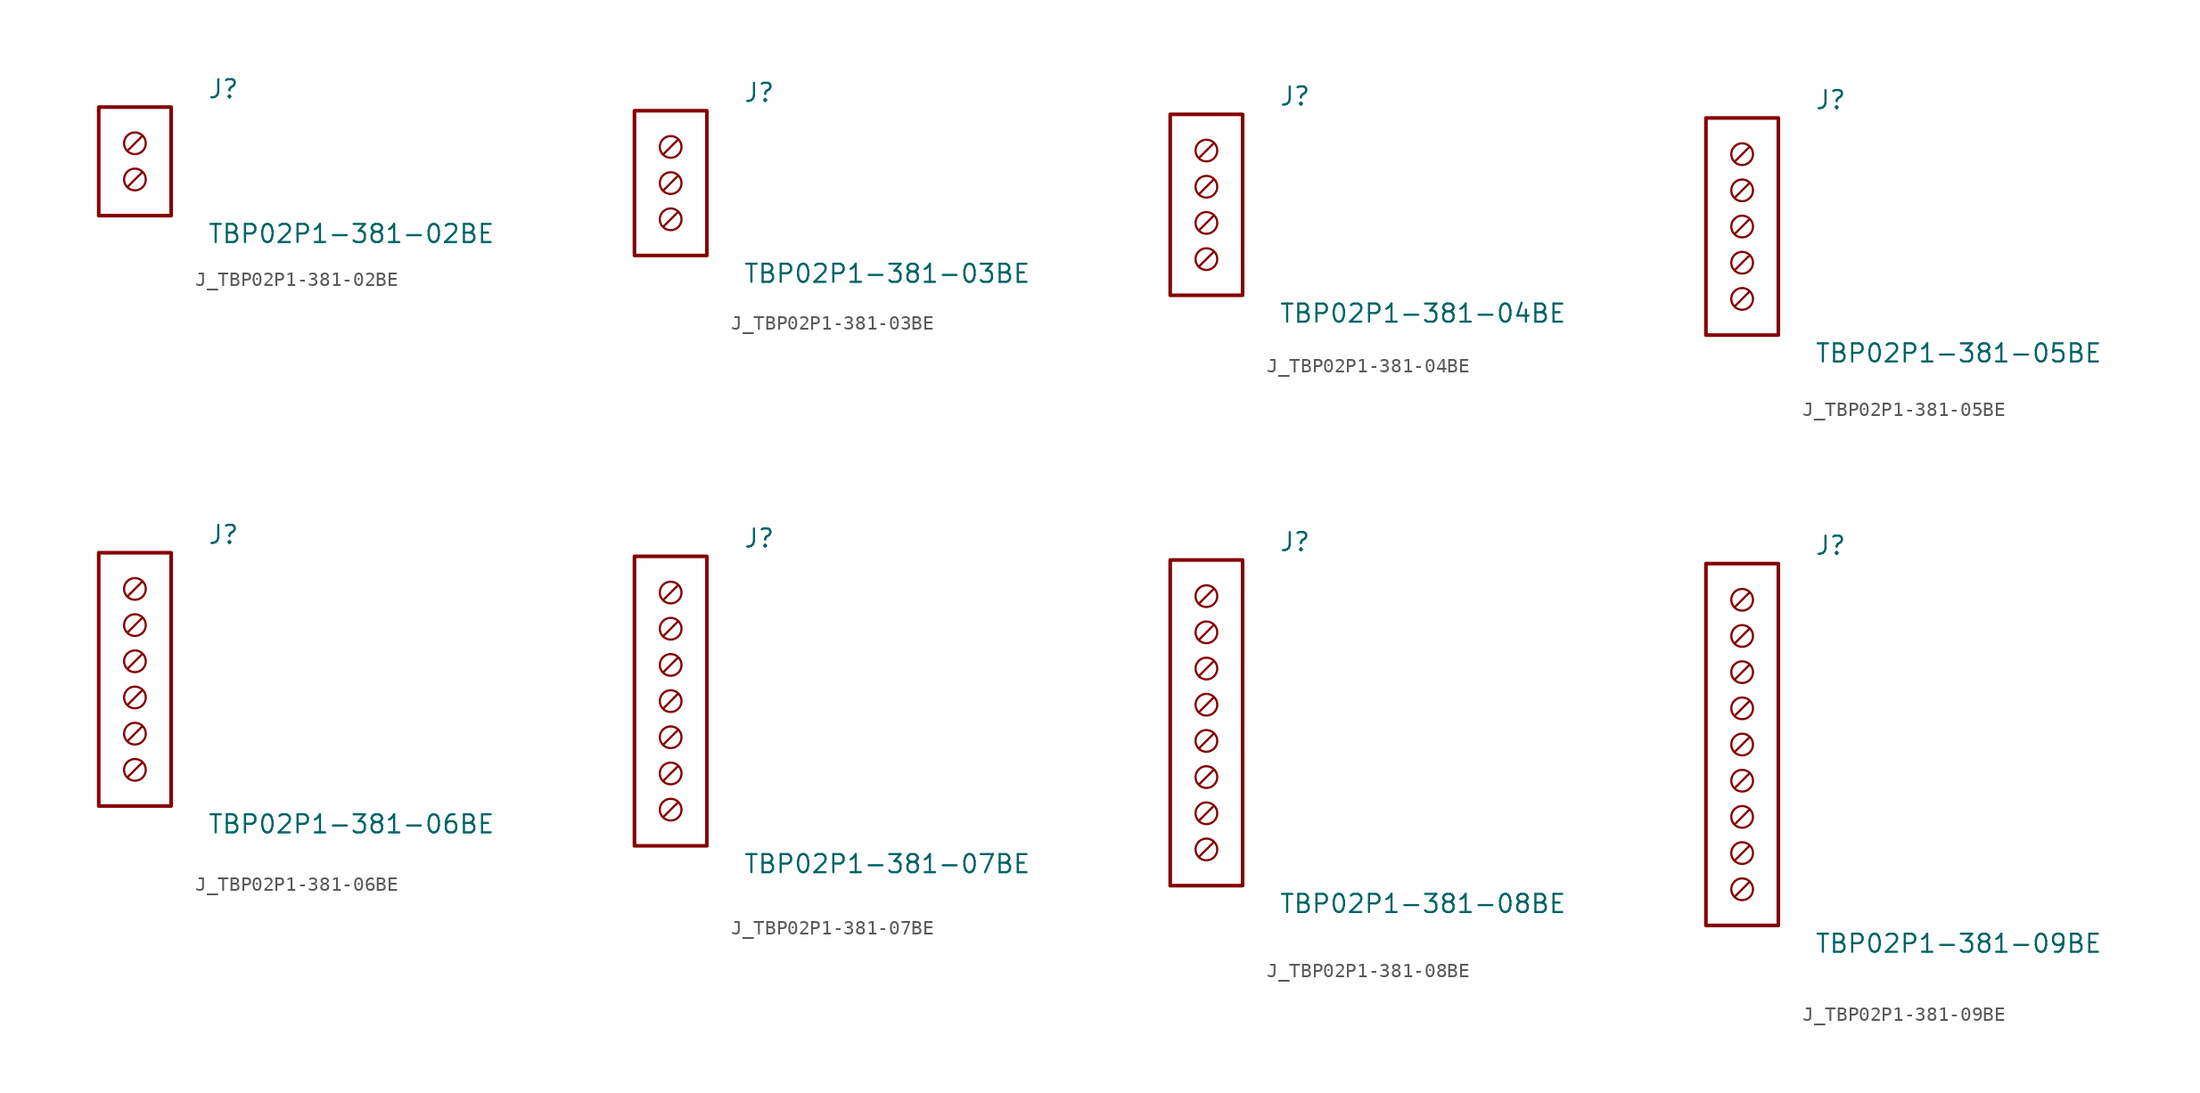
<source format=kicad_sym>
(kicad_symbol_lib
  (version 20231120)
  (generator kicad_symbol_editor)
  (generator_version 8.0)
  (symbol "J_TBP02P1-381-02BE"
    (pin_names
      (offset 0.254))
    (property "Reference" "J"
      (at 5.08 5.08 0)
      (effects (font (size 1.27 1.27)) (justify left)))
    (property "Value" "TBP02P1-381-02BE"
      (at 5.08 -5.08 0)
      (effects (font (size 1.27 1.27)) (justify left)))
    (symbol "J_TBP02P1-381-02BE_0_0"
      (circle (center 0 1.27) (radius 0.762) (stroke (width 0) (type default)) (fill (type none)))
      (polyline (pts (xy 0.508 1.778) (xy -0.508 0.762)) (stroke (width 0) (type default)) (fill (type none)))
      (circle (center 0 -1.27) (radius 0.762) (stroke (width 0) (type default)) (fill (type none)))
      (polyline (pts (xy 0.508 -0.762) (xy -0.508 -1.778)) (stroke (width 0) (type default)) (fill (type none))))
    (symbol "J_TBP02P1-381-02BE_1_0"
      (rectangle (start -2.54 3.81) (end 2.54 -3.81) (stroke (width 0.254) (type solid)) (fill (type none)))))
  (symbol "J_TBP02P1-381-03BE"
    (pin_names
      (offset 0.254))
    (property "Reference" "J"
      (at 5.08 6.35 0)
      (effects (font (size 1.27 1.27)) (justify left)))
    (property "Value" "TBP02P1-381-03BE"
      (at 5.08 -6.35 0)
      (effects (font (size 1.27 1.27)) (justify left)))
    (symbol "J_TBP02P1-381-03BE_0_0"
      (circle (center 0 2.54) (radius 0.762) (stroke (width 0) (type default)) (fill (type none)))
      (polyline (pts (xy 0.508 3.048) (xy -0.508 2.032)) (stroke (width 0) (type default)) (fill (type none)))
      (circle (center 0 0.0) (radius 0.762) (stroke (width 0) (type default)) (fill (type none)))
      (polyline (pts (xy 0.508 0.508) (xy -0.508 -0.508)) (stroke (width 0) (type default)) (fill (type none)))
      (circle (center 0 -2.54) (radius 0.762) (stroke (width 0) (type default)) (fill (type none)))
      (polyline (pts (xy 0.508 -2.032) (xy -0.508 -3.048)) (stroke (width 0) (type default)) (fill (type none))))
    (symbol "J_TBP02P1-381-03BE_1_0"
      (rectangle (start -2.54 5.08) (end 2.54 -5.08) (stroke (width 0.254) (type solid)) (fill (type none)))))
  (symbol "J_TBP02P1-381-04BE"
    (pin_names
      (offset 0.254))
    (property "Reference" "J"
      (at 5.08 7.62 0)
      (effects (font (size 1.27 1.27)) (justify left)))
    (property "Value" "TBP02P1-381-04BE"
      (at 5.08 -7.62 0)
      (effects (font (size 1.27 1.27)) (justify left)))
    (symbol "J_TBP02P1-381-04BE_0_0"
      (circle (center 0 3.81) (radius 0.762) (stroke (width 0) (type default)) (fill (type none)))
      (polyline (pts (xy 0.508 4.318) (xy -0.508 3.302)) (stroke (width 0) (type default)) (fill (type none)))
      (circle (center 0 1.27) (radius 0.762) (stroke (width 0) (type default)) (fill (type none)))
      (polyline (pts (xy 0.508 1.778) (xy -0.508 0.762)) (stroke (width 0) (type default)) (fill (type none)))
      (circle (center 0 -1.27) (radius 0.762) (stroke (width 0) (type default)) (fill (type none)))
      (polyline (pts (xy 0.508 -0.762) (xy -0.508 -1.778)) (stroke (width 0) (type default)) (fill (type none)))
      (circle (center 0 -3.81) (radius 0.762) (stroke (width 0) (type default)) (fill (type none)))
      (polyline (pts (xy 0.508 -3.302) (xy -0.508 -4.318)) (stroke (width 0) (type default)) (fill (type none))))
    (symbol "J_TBP02P1-381-04BE_1_0"
      (rectangle (start -2.54 6.35) (end 2.54 -6.35) (stroke (width 0.254) (type solid)) (fill (type none)))))
  (symbol "J_TBP02P1-381-05BE"
    (pin_names
      (offset 0.254))
    (property "Reference" "J"
      (at 5.08 8.89 0)
      (effects (font (size 1.27 1.27)) (justify left)))
    (property "Value" "TBP02P1-381-05BE"
      (at 5.08 -8.89 0)
      (effects (font (size 1.27 1.27)) (justify left)))
    (symbol "J_TBP02P1-381-05BE_0_0"
      (circle (center 0 5.08) (radius 0.762) (stroke (width 0) (type default)) (fill (type none)))
      (polyline (pts (xy 0.508 5.588) (xy -0.508 4.572)) (stroke (width 0) (type default)) (fill (type none)))
      (circle (center 0 2.54) (radius 0.762) (stroke (width 0) (type default)) (fill (type none)))
      (polyline (pts (xy 0.508 3.048) (xy -0.508 2.032)) (stroke (width 0) (type default)) (fill (type none)))
      (circle (center 0 0.0) (radius 0.762) (stroke (width 0) (type default)) (fill (type none)))
      (polyline (pts (xy 0.508 0.508) (xy -0.508 -0.508)) (stroke (width 0) (type default)) (fill (type none)))
      (circle (center 0 -2.54) (radius 0.762) (stroke (width 0) (type default)) (fill (type none)))
      (polyline (pts (xy 0.508 -2.032) (xy -0.508 -3.048)) (stroke (width 0) (type default)) (fill (type none)))
      (circle (center 0 -5.08) (radius 0.762) (stroke (width 0) (type default)) (fill (type none)))
      (polyline (pts (xy 0.508 -4.572) (xy -0.508 -5.588)) (stroke (width 0) (type default)) (fill (type none))))
    (symbol "J_TBP02P1-381-05BE_1_0"
      (rectangle (start -2.54 7.62) (end 2.54 -7.62) (stroke (width 0.254) (type solid)) (fill (type none)))))
  (symbol "J_TBP02P1-381-06BE"
    (pin_names
      (offset 0.254))
    (property "Reference" "J"
      (at 5.08 10.16 0)
      (effects (font (size 1.27 1.27)) (justify left)))
    (property "Value" "TBP02P1-381-06BE"
      (at 5.08 -10.16 0)
      (effects (font (size 1.27 1.27)) (justify left)))
    (symbol "J_TBP02P1-381-06BE_0_0"
      (circle (center 0 6.35) (radius 0.762) (stroke (width 0) (type default)) (fill (type none)))
      (polyline (pts (xy 0.508 6.858) (xy -0.508 5.842)) (stroke (width 0) (type default)) (fill (type none)))
      (circle (center 0 3.81) (radius 0.762) (stroke (width 0) (type default)) (fill (type none)))
      (polyline (pts (xy 0.508 4.318) (xy -0.508 3.302)) (stroke (width 0) (type default)) (fill (type none)))
      (circle (center 0 1.27) (radius 0.762) (stroke (width 0) (type default)) (fill (type none)))
      (polyline (pts (xy 0.508 1.778) (xy -0.508 0.762)) (stroke (width 0) (type default)) (fill (type none)))
      (circle (center 0 -1.27) (radius 0.762) (stroke (width 0) (type default)) (fill (type none)))
      (polyline (pts (xy 0.508 -0.762) (xy -0.508 -1.778)) (stroke (width 0) (type default)) (fill (type none)))
      (circle (center 0 -3.81) (radius 0.762) (stroke (width 0) (type default)) (fill (type none)))
      (polyline (pts (xy 0.508 -3.302) (xy -0.508 -4.318)) (stroke (width 0) (type default)) (fill (type none)))
      (circle (center 0 -6.35) (radius 0.762) (stroke (width 0) (type default)) (fill (type none)))
      (polyline (pts (xy 0.508 -5.842) (xy -0.508 -6.858)) (stroke (width 0) (type default)) (fill (type none))))
    (symbol "J_TBP02P1-381-06BE_1_0"
      (rectangle (start -2.54 8.89) (end 2.54 -8.89) (stroke (width 0.254) (type solid)) (fill (type none)))))
  (symbol "J_TBP02P1-381-07BE"
    (pin_names
      (offset 0.254))
    (property "Reference" "J"
      (at 5.08 11.43 0)
      (effects (font (size 1.27 1.27)) (justify left)))
    (property "Value" "TBP02P1-381-07BE"
      (at 5.08 -11.43 0)
      (effects (font (size 1.27 1.27)) (justify left)))
    (symbol "J_TBP02P1-381-07BE_0_0"
      (circle (center 0 7.62) (radius 0.762) (stroke (width 0) (type default)) (fill (type none)))
      (polyline (pts (xy 0.508 8.128) (xy -0.508 7.112)) (stroke (width 0) (type default)) (fill (type none)))
      (circle (center 0 5.08) (radius 0.762) (stroke (width 0) (type default)) (fill (type none)))
      (polyline (pts (xy 0.508 5.588) (xy -0.508 4.572)) (stroke (width 0) (type default)) (fill (type none)))
      (circle (center 0 2.54) (radius 0.762) (stroke (width 0) (type default)) (fill (type none)))
      (polyline (pts (xy 0.508 3.048) (xy -0.508 2.032)) (stroke (width 0) (type default)) (fill (type none)))
      (circle (center 0 0.0) (radius 0.762) (stroke (width 0) (type default)) (fill (type none)))
      (polyline (pts (xy 0.508 0.508) (xy -0.508 -0.508)) (stroke (width 0) (type default)) (fill (type none)))
      (circle (center 0 -2.54) (radius 0.762) (stroke (width 0) (type default)) (fill (type none)))
      (polyline (pts (xy 0.508 -2.032) (xy -0.508 -3.048)) (stroke (width 0) (type default)) (fill (type none)))
      (circle (center 0 -5.08) (radius 0.762) (stroke (width 0) (type default)) (fill (type none)))
      (polyline (pts (xy 0.508 -4.572) (xy -0.508 -5.588)) (stroke (width 0) (type default)) (fill (type none)))
      (circle (center 0 -7.62) (radius 0.762) (stroke (width 0) (type default)) (fill (type none)))
      (polyline (pts (xy 0.508 -7.112) (xy -0.508 -8.128)) (stroke (width 0) (type default)) (fill (type none))))
    (symbol "J_TBP02P1-381-07BE_1_0"
      (rectangle (start -2.54 10.16) (end 2.54 -10.16) (stroke (width 0.254) (type solid)) (fill (type none)))))
  (symbol "J_TBP02P1-381-08BE"
    (pin_names
      (offset 0.254))
    (property "Reference" "J"
      (at 5.08 12.7 0)
      (effects (font (size 1.27 1.27)) (justify left)))
    (property "Value" "TBP02P1-381-08BE"
      (at 5.08 -12.7 0)
      (effects (font (size 1.27 1.27)) (justify left)))
    (symbol "J_TBP02P1-381-08BE_0_0"
      (circle (center 0 8.89) (radius 0.762) (stroke (width 0) (type default)) (fill (type none)))
      (polyline (pts (xy 0.508 9.398) (xy -0.508 8.382)) (stroke (width 0) (type default)) (fill (type none)))
      (circle (center 0 6.35) (radius 0.762) (stroke (width 0) (type default)) (fill (type none)))
      (polyline (pts (xy 0.508 6.858) (xy -0.508 5.842)) (stroke (width 0) (type default)) (fill (type none)))
      (circle (center 0 3.81) (radius 0.762) (stroke (width 0) (type default)) (fill (type none)))
      (polyline (pts (xy 0.508 4.318) (xy -0.508 3.302)) (stroke (width 0) (type default)) (fill (type none)))
      (circle (center 0 1.27) (radius 0.762) (stroke (width 0) (type default)) (fill (type none)))
      (polyline (pts (xy 0.508 1.778) (xy -0.508 0.762)) (stroke (width 0) (type default)) (fill (type none)))
      (circle (center 0 -1.27) (radius 0.762) (stroke (width 0) (type default)) (fill (type none)))
      (polyline (pts (xy 0.508 -0.762) (xy -0.508 -1.778)) (stroke (width 0) (type default)) (fill (type none)))
      (circle (center 0 -3.81) (radius 0.762) (stroke (width 0) (type default)) (fill (type none)))
      (polyline (pts (xy 0.508 -3.302) (xy -0.508 -4.318)) (stroke (width 0) (type default)) (fill (type none)))
      (circle (center 0 -6.35) (radius 0.762) (stroke (width 0) (type default)) (fill (type none)))
      (polyline (pts (xy 0.508 -5.842) (xy -0.508 -6.858)) (stroke (width 0) (type default)) (fill (type none)))
      (circle (center 0 -8.89) (radius 0.762) (stroke (width 0) (type default)) (fill (type none)))
      (polyline (pts (xy 0.508 -8.382) (xy -0.508 -9.398)) (stroke (width 0) (type default)) (fill (type none))))
    (symbol "J_TBP02P1-381-08BE_1_0"
      (rectangle (start -2.54 11.43) (end 2.54 -11.43) (stroke (width 0.254) (type solid)) (fill (type none)))))
  (symbol "J_TBP02P1-381-09BE"
    (pin_names
      (offset 0.254))
    (property "Reference" "J"
      (at 5.08 13.97 0)
      (effects (font (size 1.27 1.27)) (justify left)))
    (property "Value" "TBP02P1-381-09BE"
      (at 5.08 -13.97 0)
      (effects (font (size 1.27 1.27)) (justify left)))
    (symbol "J_TBP02P1-381-09BE_0_0"
      (circle (center 0 10.16) (radius 0.762) (stroke (width 0) (type default)) (fill (type none)))
      (polyline (pts (xy 0.508 10.668) (xy -0.508 9.652)) (stroke (width 0) (type default)) (fill (type none)))
      (circle (center 0 7.62) (radius 0.762) (stroke (width 0) (type default)) (fill (type none)))
      (polyline (pts (xy 0.508 8.128) (xy -0.508 7.112)) (stroke (width 0) (type default)) (fill (type none)))
      (circle (center 0 5.08) (radius 0.762) (stroke (width 0) (type default)) (fill (type none)))
      (polyline (pts (xy 0.508 5.588) (xy -0.508 4.572)) (stroke (width 0) (type default)) (fill (type none)))
      (circle (center 0 2.54) (radius 0.762) (stroke (width 0) (type default)) (fill (type none)))
      (polyline (pts (xy 0.508 3.048) (xy -0.508 2.032)) (stroke (width 0) (type default)) (fill (type none)))
      (circle (center 0 0.0) (radius 0.762) (stroke (width 0) (type default)) (fill (type none)))
      (polyline (pts (xy 0.508 0.508) (xy -0.508 -0.508)) (stroke (width 0) (type default)) (fill (type none)))
      (circle (center 0 -2.54) (radius 0.762) (stroke (width 0) (type default)) (fill (type none)))
      (polyline (pts (xy 0.508 -2.032) (xy -0.508 -3.048)) (stroke (width 0) (type default)) (fill (type none)))
      (circle (center 0 -5.08) (radius 0.762) (stroke (width 0) (type default)) (fill (type none)))
      (polyline (pts (xy 0.508 -4.572) (xy -0.508 -5.588)) (stroke (width 0) (type default)) (fill (type none)))
      (circle (center 0 -7.62) (radius 0.762) (stroke (width 0) (type default)) (fill (type none)))
      (polyline (pts (xy 0.508 -7.112) (xy -0.508 -8.128)) (stroke (width 0) (type default)) (fill (type none)))
      (circle (center 0 -10.16) (radius 0.762) (stroke (width 0) (type default)) (fill (type none)))
      (polyline (pts (xy 0.508 -9.652) (xy -0.508 -10.668)) (stroke (width 0) (type default)) (fill (type none))))
    (symbol "J_TBP02P1-381-09BE_1_0"
      (rectangle (start -2.54 12.7) (end 2.54 -12.7) (stroke (width 0.254) (type solid)) (fill (type none))))))
</source>
